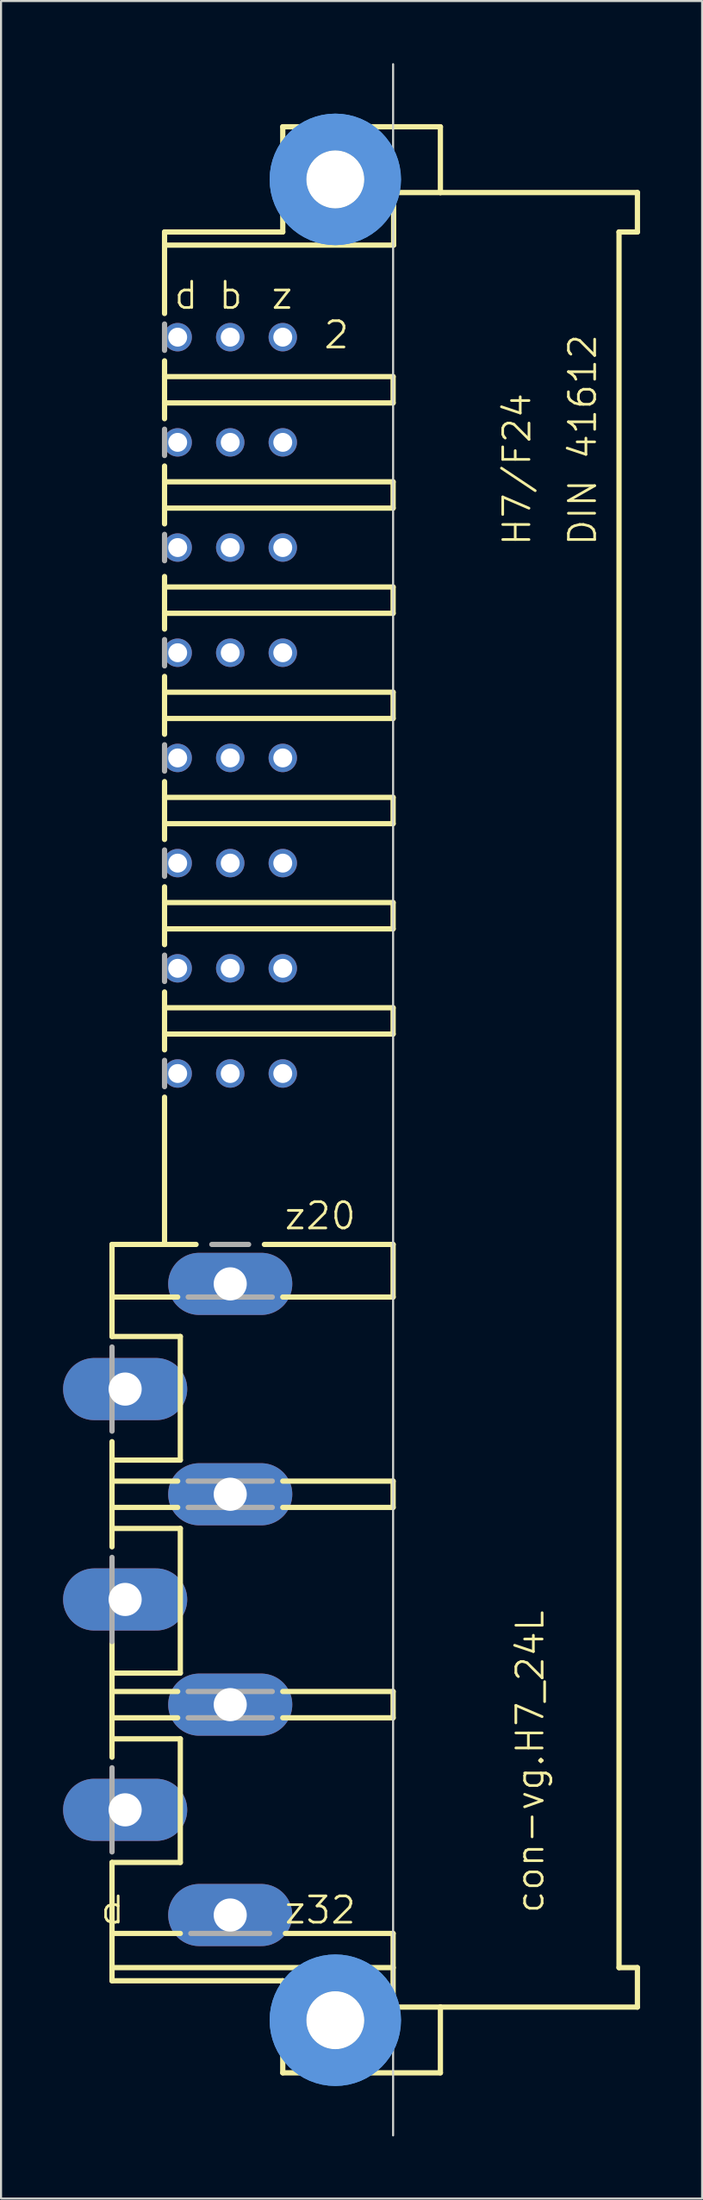
<source format=kicad_pcb>
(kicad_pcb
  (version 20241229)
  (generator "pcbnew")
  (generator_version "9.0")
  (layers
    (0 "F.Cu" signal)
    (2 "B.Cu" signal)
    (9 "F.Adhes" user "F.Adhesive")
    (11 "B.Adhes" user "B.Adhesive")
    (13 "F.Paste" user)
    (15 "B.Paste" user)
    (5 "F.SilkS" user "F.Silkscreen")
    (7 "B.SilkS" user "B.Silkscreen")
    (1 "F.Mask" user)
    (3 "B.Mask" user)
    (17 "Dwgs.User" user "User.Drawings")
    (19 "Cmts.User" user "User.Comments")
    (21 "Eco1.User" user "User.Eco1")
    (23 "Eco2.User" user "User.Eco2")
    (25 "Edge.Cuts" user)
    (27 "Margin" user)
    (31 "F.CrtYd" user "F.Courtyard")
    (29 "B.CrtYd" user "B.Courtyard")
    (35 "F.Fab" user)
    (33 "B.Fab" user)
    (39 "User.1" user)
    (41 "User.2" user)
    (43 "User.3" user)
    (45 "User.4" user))
  (footprint "con-vg.H7_24L"
    (layer "F.Cu")
    (at 13.16 50.063)
    (property "Reference" "con-vg.H7_24L" (at 10.16 39.37 90) (layer "F.SilkS") (effects (font (size 1.27 1.27) (thickness 0.13)) (justify left bottom)))
    (attr through_hole)
    (fp_line (start -10.795 6.985) (end -8.255 6.985) (stroke (width 0.254) (type default)) (layer "F.SilkS"))
    (fp_line (start -10.795 9.525) (end -10.795 6.985) (stroke (width 0.254) (type default)) (layer "F.SilkS"))
    (fp_line (start -10.795 9.525) (end -7.62 9.525) (stroke (width 0.254) (type default)) (layer "F.SilkS"))
    (fp_line (start -10.795 11.43) (end -10.795 9.525) (stroke (width 0.254) (type default)) (layer "F.SilkS"))
    (fp_line (start -10.795 11.43) (end -7.493 11.43) (stroke (width 0.254) (type default)) (layer "F.SilkS"))
    (fp_line (start -10.795 17.399) (end -10.795 16.51) (stroke (width 0.254) (type default)) (layer "F.SilkS"))
    (fp_line (start -10.795 17.399) (end -7.493 17.399) (stroke (width 0.254) (type default)) (layer "F.SilkS"))
    (fp_line (start -10.795 18.415) (end -10.795 17.399) (stroke (width 0.254) (type default)) (layer "F.SilkS"))
    (fp_line (start -10.795 18.415) (end -7.62 18.415) (stroke (width 0.254) (type default)) (layer "F.SilkS"))
    (fp_line (start -10.795 19.685) (end -10.795 18.415) (stroke (width 0.254) (type default)) (layer "F.SilkS"))
    (fp_line (start -10.795 19.685) (end -7.62 19.685) (stroke (width 0.254) (type default)) (layer "F.SilkS"))
    (fp_line (start -10.795 20.701) (end -10.795 19.685) (stroke (width 0.254) (type default)) (layer "F.SilkS"))
    (fp_line (start -10.795 20.701) (end -10.795 21.59) (stroke (width 0.254) (type default)) (layer "F.SilkS"))
    (fp_line (start -10.795 20.701) (end -7.493 20.701) (stroke (width 0.254) (type default)) (layer "F.SilkS"))
    (fp_line (start -10.795 27.686) (end -10.795 26.162) (stroke (width 0.254) (type default)) (layer "F.SilkS"))
    (fp_line (start -10.795 27.686) (end -7.493 27.686) (stroke (width 0.254) (type default)) (layer "F.SilkS"))
    (fp_line (start -10.795 28.575) (end -10.795 27.686) (stroke (width 0.254) (type default)) (layer "F.SilkS"))
    (fp_line (start -10.795 28.575) (end -7.62 28.575) (stroke (width 0.254) (type default)) (layer "F.SilkS"))
    (fp_line (start -10.795 29.845) (end -10.795 28.575) (stroke (width 0.254) (type default)) (layer "F.SilkS"))
    (fp_line (start -10.795 29.845) (end -7.62 29.845) (stroke (width 0.254) (type default)) (layer "F.SilkS"))
    (fp_line (start -10.795 30.861) (end -10.795 29.845) (stroke (width 0.254) (type default)) (layer "F.SilkS"))
    (fp_line (start -10.795 30.861) (end -10.795 31.75) (stroke (width 0.254) (type default)) (layer "F.SilkS"))
    (fp_line (start -10.795 30.861) (end -7.493 30.861) (stroke (width 0.254) (type default)) (layer "F.SilkS"))
    (fp_line (start -10.795 36.83) (end -7.493 36.83) (stroke (width 0.254) (type default)) (layer "F.SilkS"))
    (fp_line (start -10.795 40.259) (end -10.795 36.83) (stroke (width 0.254) (type default)) (layer "F.SilkS"))
    (fp_line (start -10.795 40.259) (end -7.493 40.259) (stroke (width 0.254) (type default)) (layer "F.SilkS"))
    (fp_line (start -10.795 41.91) (end -10.795 40.259) (stroke (width 0.254) (type default)) (layer "F.SilkS"))
    (fp_line (start -10.795 41.91) (end 2.794 41.91) (stroke (width 0.254) (type default)) (layer "F.SilkS"))
    (fp_line (start -10.795 42.545) (end -10.795 41.91) (stroke (width 0.254) (type default)) (layer "F.SilkS"))
    (fp_line (start -8.255 -37.973) (end -8.255 -41.91) (stroke (width 0.254) (type default)) (layer "F.SilkS"))
    (fp_line (start -8.255 -34.925) (end -8.255 -35.687) (stroke (width 0.254) (type default)) (layer "F.SilkS"))
    (fp_line (start -8.255 -34.925) (end 2.794 -34.925) (stroke (width 0.254) (type default)) (layer "F.SilkS"))
    (fp_line (start -8.255 -33.655) (end -8.255 -34.925) (stroke (width 0.254) (type default)) (layer "F.SilkS"))
    (fp_line (start -8.255 -33.655) (end -8.255 -32.893) (stroke (width 0.254) (type default)) (layer "F.SilkS"))
    (fp_line (start -8.255 -33.655) (end 2.794 -33.655) (stroke (width 0.254) (type default)) (layer "F.SilkS"))
    (fp_line (start -8.255 -30.607) (end -8.255 -29.845) (stroke (width 0.254) (type default)) (layer "F.SilkS"))
    (fp_line (start -8.255 -29.845) (end 2.794 -29.845) (stroke (width 0.254) (type default)) (layer "F.SilkS"))
    (fp_line (start -8.255 -28.575) (end -8.255 -29.845) (stroke (width 0.254) (type default)) (layer "F.SilkS"))
    (fp_line (start -8.255 -28.575) (end -8.255 -27.813) (stroke (width 0.254) (type default)) (layer "F.SilkS"))
    (fp_line (start -8.255 -28.575) (end 2.794 -28.575) (stroke (width 0.254) (type default)) (layer "F.SilkS"))
    (fp_line (start -8.255 -25.273) (end -8.255 -24.765) (stroke (width 0.254) (type default)) (layer "F.SilkS"))
    (fp_line (start -8.255 -24.765) (end 2.794 -24.765) (stroke (width 0.254) (type default)) (layer "F.SilkS"))
    (fp_line (start -8.255 -23.495) (end -8.255 -24.765) (stroke (width 0.254) (type default)) (layer "F.SilkS"))
    (fp_line (start -8.255 -23.495) (end -8.255 -22.733) (stroke (width 0.254) (type default)) (layer "F.SilkS"))
    (fp_line (start -8.255 -23.495) (end 2.794 -23.495) (stroke (width 0.254) (type default)) (layer "F.SilkS"))
    (fp_line (start -8.255 -20.447) (end -8.255 -19.685) (stroke (width 0.254) (type default)) (layer "F.SilkS"))
    (fp_line (start -8.255 -19.685) (end 2.794 -19.685) (stroke (width 0.254) (type default)) (layer "F.SilkS"))
    (fp_line (start -8.255 -18.415) (end -8.255 -19.685) (stroke (width 0.254) (type default)) (layer "F.SilkS"))
    (fp_line (start -8.255 -18.415) (end -8.255 -17.653) (stroke (width 0.254) (type default)) (layer "F.SilkS"))
    (fp_line (start -8.255 -18.415) (end 2.794 -18.415) (stroke (width 0.254) (type default)) (layer "F.SilkS"))
    (fp_line (start -8.255 -15.367) (end -8.255 -14.605) (stroke (width 0.254) (type default)) (layer "F.SilkS"))
    (fp_line (start -8.255 -14.605) (end 2.794 -14.605) (stroke (width 0.254) (type default)) (layer "F.SilkS"))
    (fp_line (start -8.255 -13.335) (end -8.255 -14.605) (stroke (width 0.254) (type default)) (layer "F.SilkS"))
    (fp_line (start -8.255 -13.335) (end 2.794 -13.335) (stroke (width 0.254) (type default)) (layer "F.SilkS"))
    (fp_line (start -8.255 -12.573) (end -8.255 -13.335) (stroke (width 0.254) (type default)) (layer "F.SilkS"))
    (fp_line (start -8.255 -9.525) (end -8.255 -10.287) (stroke (width 0.254) (type default)) (layer "F.SilkS"))
    (fp_line (start -8.255 -9.525) (end 2.794 -9.525) (stroke (width 0.254) (type default)) (layer "F.SilkS"))
    (fp_line (start -8.255 -8.255) (end -8.255 -9.525) (stroke (width 0.254) (type default)) (layer "F.SilkS"))
    (fp_line (start -8.255 -8.255) (end -8.255 -7.493) (stroke (width 0.254) (type default)) (layer "F.SilkS"))
    (fp_line (start -8.255 -5.207) (end -8.255 -4.445) (stroke (width 0.254) (type default)) (layer "F.SilkS"))
    (fp_line (start -8.255 -3.175) (end -8.255 -4.445) (stroke (width 0.254) (type default)) (layer "F.SilkS"))
    (fp_line (start -8.255 -3.175) (end -8.255 -2.413) (stroke (width 0.254) (type default)) (layer "F.SilkS"))
    (fp_line (start -8.255 -3.175) (end 2.794 -3.175) (stroke (width 0.254) (type default)) (layer "F.SilkS"))
    (fp_line (start -8.255 -0.127) (end -8.255 6.985) (stroke (width 0.254) (type default)) (layer "F.SilkS"))
    (fp_line (start -8.255 6.985) (end -6.731 6.985) (stroke (width 0.254) (type default)) (layer "F.SilkS"))
    (fp_line (start -7.493 17.399) (end -7.493 11.43) (stroke (width 0.254) (type default)) (layer "F.SilkS"))
    (fp_line (start -7.493 27.686) (end -7.493 20.701) (stroke (width 0.254) (type default)) (layer "F.SilkS"))
    (fp_line (start -7.493 36.83) (end -7.493 30.861) (stroke (width 0.254) (type default)) (layer "F.SilkS"))
    (fp_line (start -3.429 6.985) (end 2.794 6.985) (stroke (width 0.254) (type default)) (layer "F.SilkS"))
    (fp_line (start -2.54 -46.99) (end -2.54 -41.91) (stroke (width 0.254) (type default)) (layer "F.SilkS"))
    (fp_line (start -2.54 -46.99) (end 5.08 -46.99) (stroke (width 0.254) (type default)) (layer "F.SilkS"))
    (fp_line (start -2.54 -41.91) (end -8.255 -41.91) (stroke (width 0.254) (type default)) (layer "F.SilkS"))
    (fp_line (start -2.54 9.525) (end 2.794 9.525) (stroke (width 0.254) (type default)) (layer "F.SilkS"))
    (fp_line (start -2.54 18.415) (end 2.794 18.415) (stroke (width 0.254) (type default)) (layer "F.SilkS"))
    (fp_line (start -2.54 19.685) (end 2.794 19.685) (stroke (width 0.254) (type default)) (layer "F.SilkS"))
    (fp_line (start -2.54 28.575) (end 2.794 28.575) (stroke (width 0.254) (type default)) (layer "F.SilkS"))
    (fp_line (start -2.54 29.845) (end 2.794 29.845) (stroke (width 0.254) (type default)) (layer "F.SilkS"))
    (fp_line (start -2.54 42.545) (end -10.795 42.545) (stroke (width 0.254) (type default)) (layer "F.SilkS"))
    (fp_line (start -2.54 42.545) (end -2.54 46.99) (stroke (width 0.254) (type default)) (layer "F.SilkS"))
    (fp_line (start -2.54 46.99) (end 5.08 46.99) (stroke (width 0.254) (type default)) (layer "F.SilkS"))
    (fp_line (start -2.413 40.259) (end 2.794 40.259) (stroke (width 0.254) (type default)) (layer "F.SilkS"))
    (fp_line (start 2.794 -33.655) (end 2.794 -34.925) (stroke (width 0.254) (type default)) (layer "F.SilkS"))
    (fp_line (start 2.794 -28.575) (end 2.794 -29.845) (stroke (width 0.254) (type default)) (layer "F.SilkS"))
    (fp_line (start 2.794 -23.495) (end 2.794 -24.765) (stroke (width 0.254) (type default)) (layer "F.SilkS"))
    (fp_line (start 2.794 -18.415) (end 2.794 -19.685) (stroke (width 0.254) (type default)) (layer "F.SilkS"))
    (fp_line (start 2.794 -13.335) (end 2.794 -14.605) (stroke (width 0.254) (type default)) (layer "F.SilkS"))
    (fp_line (start 2.794 -8.255) (end -8.255 -8.255) (stroke (width 0.254) (type default)) (layer "F.SilkS"))
    (fp_line (start 2.794 -8.255) (end 2.794 -9.525) (stroke (width 0.254) (type default)) (layer "F.SilkS"))
    (fp_line (start 2.794 -4.445) (end -8.255 -4.445) (stroke (width 0.254) (type default)) (layer "F.SilkS"))
    (fp_line (start 2.794 -3.175) (end 2.794 -4.445) (stroke (width 0.254) (type default)) (layer "F.SilkS"))
    (fp_line (start 2.794 6.985) (end 2.794 9.525) (stroke (width 0.254) (type default)) (layer "F.SilkS"))
    (fp_line (start 2.794 18.415) (end 2.794 19.685) (stroke (width 0.254) (type default)) (layer "F.SilkS"))
    (fp_line (start 2.794 28.575) (end 2.794 29.845) (stroke (width 0.254) (type default)) (layer "F.SilkS"))
    (fp_line (start 2.794 41.91) (end 2.794 40.259) (stroke (width 0.254) (type default)) (layer "F.SilkS"))
    (fp_line (start 2.794 41.91) (end 2.794 43.815) (stroke (width 0.254) (type default)) (layer "F.SilkS"))
    (fp_line (start 2.794 43.815) (end 5.08 43.815) (stroke (width 0.254) (type default)) (layer "F.SilkS"))
    (fp_line (start 2.819 -41.275) (end -8.255 -41.275) (stroke (width 0.254) (type default)) (layer "F.SilkS"))
    (fp_line (start 2.819 -41.275) (end 2.819 -43.815) (stroke (width 0.254) (type default)) (layer "F.SilkS"))
    (fp_line (start 5.08 -46.99) (end 5.08 -43.815) (stroke (width 0.254) (type default)) (layer "F.SilkS"))
    (fp_line (start 5.08 -43.815) (end 2.819 -43.815) (stroke (width 0.254) (type default)) (layer "F.SilkS"))
    (fp_line (start 5.08 -43.815) (end 14.605 -43.815) (stroke (width 0.254) (type default)) (layer "F.SilkS"))
    (fp_line (start 5.08 43.815) (end 14.605 43.815) (stroke (width 0.254) (type default)) (layer "F.SilkS"))
    (fp_line (start 5.08 46.99) (end 5.08 43.815) (stroke (width 0.254) (type default)) (layer "F.SilkS"))
    (fp_line (start 13.716 -41.91) (end 13.716 41.91) (stroke (width 0.254) (type default)) (layer "F.SilkS"))
    (fp_line (start 13.716 -41.91) (end 14.605 -41.91) (stroke (width 0.254) (type default)) (layer "F.SilkS"))
    (fp_line (start 13.716 41.91) (end 14.605 41.91) (stroke (width 0.254) (type default)) (layer "F.SilkS"))
    (fp_line (start 14.605 -43.815) (end 14.605 -41.91) (stroke (width 0.254) (type default)) (layer "F.SilkS"))
    (fp_line (start 14.605 43.815) (end 14.605 41.91) (stroke (width 0.254) (type default)) (layer "F.SilkS"))
    (fp_circle (center 0 -44.45) (end 1.27 -44.45) (stroke (width 0.254) (type default)) (fill no) (layer "F.SilkS"))
    (fp_circle (center 0 44.45) (end 1.27 44.45) (stroke (width 0.254) (type default)) (fill no) (layer "F.SilkS"))
    (fp_circle (center 0 -44.45) (end 2.286 -44.45) (stroke (width 1.778) (type default)) (fill no) (layer "Cmts.User"))
    (fp_circle (center 0 -44.45) (end 2.286 -44.45) (stroke (width 1.778) (type default)) (fill no) (layer "Cmts.User"))
    (fp_circle (center 0 44.45) (end 2.286 44.45) (stroke (width 1.778) (type default)) (fill no) (layer "Cmts.User"))
    (fp_circle (center 0 44.45) (end 2.286 44.45) (stroke (width 1.778) (type default)) (fill no) (layer "Cmts.User"))
    (fp_line (start 2.794 50.013) (end 2.794 -50.013) (stroke (width 0.1) (type default)) (layer "Edge.Cuts"))
    (fp_line (start -10.795 16.002) (end -10.795 11.938) (stroke (width 0.254) (type default)) (layer "F.Fab"))
    (fp_line (start -10.795 26.162) (end -10.795 22.098) (stroke (width 0.254) (type default)) (layer "F.Fab"))
    (fp_line (start -10.795 36.322) (end -10.795 32.258) (stroke (width 0.254) (type default)) (layer "F.Fab"))
    (fp_line (start -8.255 -36.195) (end -8.255 -37.465) (stroke (width 0.254) (type default)) (layer "F.Fab"))
    (fp_line (start -8.255 -32.385) (end -8.255 -31.115) (stroke (width 0.254) (type default)) (layer "F.Fab"))
    (fp_line (start -8.255 -27.305) (end -8.255 -26.035) (stroke (width 0.254) (type default)) (layer "F.Fab"))
    (fp_line (start -8.255 -22.225) (end -8.255 -20.955) (stroke (width 0.254) (type default)) (layer "F.Fab"))
    (fp_line (start -8.255 -17.145) (end -8.255 -15.875) (stroke (width 0.254) (type default)) (layer "F.Fab"))
    (fp_line (start -8.255 -10.795) (end -8.255 -12.065) (stroke (width 0.254) (type default)) (layer "F.Fab"))
    (fp_line (start -8.255 -6.985) (end -8.255 -5.715) (stroke (width 0.254) (type default)) (layer "F.Fab"))
    (fp_line (start -8.255 -1.905) (end -8.255 -0.635) (stroke (width 0.254) (type default)) (layer "F.Fab"))
    (fp_line (start -7.112 9.525) (end -3.048 9.525) (stroke (width 0.254) (type default)) (layer "F.Fab"))
    (fp_line (start -7.112 18.415) (end -3.048 18.415) (stroke (width 0.254) (type default)) (layer "F.Fab"))
    (fp_line (start -7.112 19.685) (end -3.048 19.685) (stroke (width 0.254) (type default)) (layer "F.Fab"))
    (fp_line (start -7.112 28.575) (end -3.048 28.575) (stroke (width 0.254) (type default)) (layer "F.Fab"))
    (fp_line (start -7.112 29.845) (end -3.048 29.845) (stroke (width 0.254) (type default)) (layer "F.Fab"))
    (fp_line (start -6.985 40.259) (end -3.175 40.259) (stroke (width 0.254) (type default)) (layer "F.Fab"))
    (fp_line (start -5.969 6.985) (end -4.191 6.985) (stroke (width 0.254) (type default)) (layer "F.Fab"))
    (fp_text user "d" (at -7.874 -38.1 0) (layer "F.SilkS") (effects (font (size 1.27 1.27) (thickness 0.13)) (justify left bottom)))
    (fp_text user "z" (at -3.175 -38.1 0) (layer "F.SilkS") (effects (font (size 1.27 1.27) (thickness 0.13)) (justify left bottom)))
    (fp_text user "DIN 41612" (at 12.7 -26.67 90) (layer "F.SilkS") (effects (font (size 1.27 1.27) (thickness 0.13)) (justify left bottom)))
    (fp_text user "2" (at -0.635 -36.195 0) (layer "F.SilkS") (effects (font (size 1.27 1.27) (thickness 0.13)) (justify left bottom)))
    (fp_text user "d " (at -11.43 39.878 0) (layer "F.SilkS") (effects (font (size 1.27 1.27) (thickness 0.13)) (justify left bottom)))
    (fp_text user "H7/F24" (at 9.525 -26.67 90) (layer "F.SilkS") (effects (font (size 1.27 1.27) (thickness 0.13)) (justify left bottom)))
    (fp_text user "b" (at -5.715 -38.1 0) (layer "F.SilkS") (effects (font (size 1.27 1.27) (thickness 0.13)) (justify left bottom)))
    (fp_text user "z32" (at -2.54 39.878 0) (layer "F.SilkS") (effects (font (size 1.27 1.27) (thickness 0.13)) (justify left bottom)))
    (fp_text user "z20" (at -2.54 6.35 0) (layer "F.SilkS") (effects (font (size 1.27 1.27) (thickness 0.13)) (justify left bottom)))
    (pad "" np_thru_hole circle (at 0 -44.45) (size 2.794 2.794) (drill 2.794) (layers "*.Cu" "*.Mask"))
    (pad "" np_thru_hole circle (at 0 44.45) (size 2.794 2.794) (drill 2.794) (layers "*.Cu" "*.Mask"))
    (pad "B2" thru_hole circle (at -5.08 -36.83) (size 1.372 1.372) (drill 0.914) (layers "*.Cu" "*.Mask"))
    (pad "B4" thru_hole circle (at -5.08 -31.75) (size 1.372 1.372) (drill 0.914) (layers "*.Cu" "*.Mask"))
    (pad "B6" thru_hole circle (at -5.08 -26.67) (size 1.372 1.372) (drill 0.914) (layers "*.Cu" "*.Mask"))
    (pad "B8" thru_hole circle (at -5.08 -21.59) (size 1.372 1.372) (drill 0.914) (layers "*.Cu" "*.Mask"))
    (pad "B10" thru_hole circle (at -5.08 -16.51) (size 1.372 1.372) (drill 0.914) (layers "*.Cu" "*.Mask"))
    (pad "B12" thru_hole circle (at -5.08 -11.43) (size 1.372 1.372) (drill 0.914) (layers "*.Cu" "*.Mask"))
    (pad "B14" thru_hole circle (at -5.08 -6.35) (size 1.372 1.372) (drill 0.914) (layers "*.Cu" "*.Mask"))
    (pad "B16" thru_hole circle (at -5.08 -1.27) (size 1.372 1.372) (drill 0.914) (layers "*.Cu" "*.Mask"))
    (pad "D2" thru_hole circle (at -7.62 -36.83) (size 1.372 1.372) (drill 0.914) (layers "*.Cu" "*.Mask"))
    (pad "D4" thru_hole circle (at -7.62 -31.75) (size 1.372 1.372) (drill 0.914) (layers "*.Cu" "*.Mask"))
    (pad "D6" thru_hole circle (at -7.62 -26.67) (size 1.372 1.372) (drill 0.914) (layers "*.Cu" "*.Mask"))
    (pad "D8" thru_hole circle (at -7.62 -21.59) (size 1.372 1.372) (drill 0.914) (layers "*.Cu" "*.Mask"))
    (pad "D10" thru_hole circle (at -7.62 -16.51) (size 1.372 1.372) (drill 0.914) (layers "*.Cu" "*.Mask"))
    (pad "D12" thru_hole circle (at -7.62 -11.43) (size 1.372 1.372) (drill 0.914) (layers "*.Cu" "*.Mask"))
    (pad "D14" thru_hole circle (at -7.62 -6.35) (size 1.372 1.372) (drill 0.914) (layers "*.Cu" "*.Mask"))
    (pad "D16" thru_hole circle (at -7.62 -1.27) (size 1.372 1.372) (drill 0.914) (layers "*.Cu" "*.Mask"))
    (pad "D22" thru_hole oval (at -10.16 13.97) (size 6 3) (drill 1.6) (layers "*.Cu" "*.Mask"))
    (pad "D26" thru_hole oval (at -10.16 24.13) (size 6 3) (drill 1.6) (layers "*.Cu" "*.Mask"))
    (pad "D30" thru_hole oval (at -10.16 34.29) (size 6 3) (drill 1.6) (layers "*.Cu" "*.Mask"))
    (pad "Z2" thru_hole circle (at -2.54 -36.83) (size 1.372 1.372) (drill 0.914) (layers "*.Cu" "*.Mask"))
    (pad "Z4" thru_hole circle (at -2.54 -31.75) (size 1.372 1.372) (drill 0.914) (layers "*.Cu" "*.Mask"))
    (pad "Z6" thru_hole circle (at -2.54 -26.67) (size 1.372 1.372) (drill 0.914) (layers "*.Cu" "*.Mask"))
    (pad "Z8" thru_hole circle (at -2.54 -21.59) (size 1.372 1.372) (drill 0.914) (layers "*.Cu" "*.Mask"))
    (pad "Z10" thru_hole circle (at -2.54 -16.51) (size 1.372 1.372) (drill 0.914) (layers "*.Cu" "*.Mask"))
    (pad "Z12" thru_hole circle (at -2.54 -11.43) (size 1.372 1.372) (drill 0.914) (layers "*.Cu" "*.Mask"))
    (pad "Z14" thru_hole circle (at -2.54 -6.35) (size 1.372 1.372) (drill 0.914) (layers "*.Cu" "*.Mask"))
    (pad "Z16" thru_hole circle (at -2.54 -1.27) (size 1.372 1.372) (drill 0.914) (layers "*.Cu" "*.Mask"))
    (pad "Z20" thru_hole oval (at -5.08 8.89) (size 6 3) (drill 1.6) (layers "*.Cu" "*.Mask"))
    (pad "Z24" thru_hole oval (at -5.08 19.05) (size 6 3) (drill 1.6) (layers "*.Cu" "*.Mask"))
    (pad "Z28" thru_hole oval (at -5.08 29.21) (size 6 3) (drill 1.6) (layers "*.Cu" "*.Mask"))
    (pad "Z32" thru_hole oval (at -5.08 39.37) (size 6 3) (drill 1.6) (layers "*.Cu" "*.Mask")))
  (gr_rect
    (start -3 -3)
    (end 30.892 103.125)
    (stroke (width 0.1) (type default))
    (fill no)
    (layer "Edge.Cuts")))
</source>
